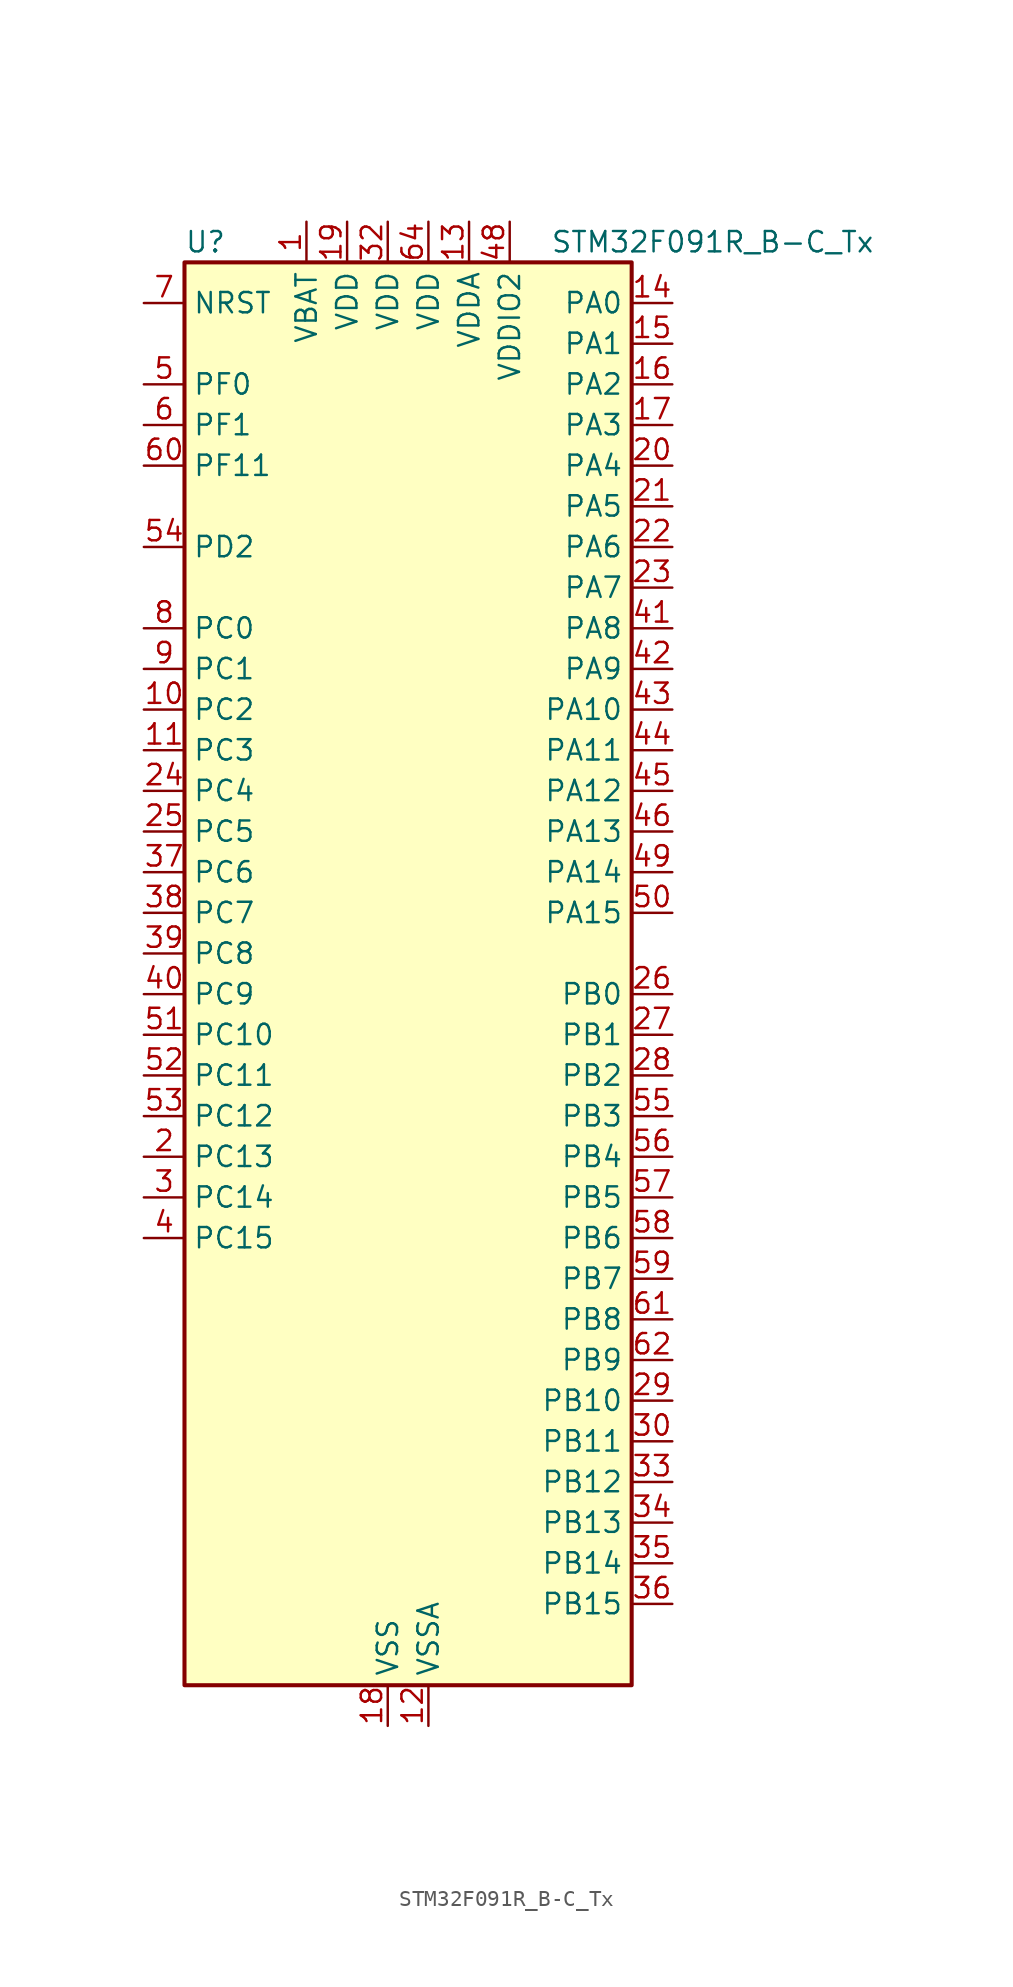
<source format=kicad_sym>
(kicad_symbol_lib
  (version 20231120)
  (generator "kicad_symbol_editor")
  (generator_version "8.0")
  (symbol "STM32F091R_B-C_Tx"
    (property "Reference" "U"
      (at -12.7 46.99 0)
      (effects (font (size 1.27 1.27)) (justify left)))
    (property "Value" "STM32F091R_B-C_Tx"
      (at 10.16 46.99 0)
      (effects (font (size 1.27 1.27)) (justify left)))
    (property "ki_locked" ""
      (at 0 0 0)
      (effects (font (size 1.27 1.27))))
    (symbol "STM32F091R_B-C_Tx_0_1"
      (rectangle (start -12.7 -43.18) (end 15.24 45.72) (stroke (width 0.254) (type default)) (fill (type background))))
    (symbol "STM32F091R_B-C_Tx_1_1"
      (pin power_in line (at -5.08 48.26 270) (length 2.54) (name "VBAT" (effects (font (size 1.27 1.27)))) (number "1" (effects (font (size 1.27 1.27)))))
      (pin bidirectional line (at -15.24 17.78 0) (length 2.54) (name "PC2" (effects (font (size 1.27 1.27)))) (number "10" (effects (font (size 1.27 1.27)))) (alternate "ADC_IN12" bidirectional line) (alternate "I2S2_MCK" bidirectional line) (alternate "SPI2_MISO" bidirectional line) (alternate "USART8_TX" bidirectional line))
      (pin bidirectional line (at -15.24 15.24 0) (length 2.54) (name "PC3" (effects (font (size 1.27 1.27)))) (number "11" (effects (font (size 1.27 1.27)))) (alternate "ADC_IN13" bidirectional line) (alternate "I2S2_SD" bidirectional line) (alternate "SPI2_MOSI" bidirectional line) (alternate "USART8_RX" bidirectional line))
      (pin power_in line (at 2.54 -45.72 90) (length 2.54) (name "VSSA" (effects (font (size 1.27 1.27)))) (number "12" (effects (font (size 1.27 1.27)))))
      (pin power_in line (at 5.08 48.26 270) (length 2.54) (name "VDDA" (effects (font (size 1.27 1.27)))) (number "13" (effects (font (size 1.27 1.27)))))
      (pin bidirectional line (at 17.78 43.18 180) (length 2.54) (name "PA0" (effects (font (size 1.27 1.27)))) (number "14" (effects (font (size 1.27 1.27)))) (alternate "ADC_IN0" bidirectional line) (alternate "COMP1_INM" bidirectional line) (alternate "COMP1_OUT" bidirectional line) (alternate "RTC_TAMP2" bidirectional line) (alternate "SYS_WKUP1" bidirectional line) (alternate "TIM2_CH1" bidirectional line) (alternate "TIM2_ETR" bidirectional line) (alternate "TSC_G1_IO1" bidirectional line) (alternate "USART2_CTS" bidirectional line) (alternate "USART4_TX" bidirectional line))
      (pin bidirectional line (at 17.78 40.64 180) (length 2.54) (name "PA1" (effects (font (size 1.27 1.27)))) (number "15" (effects (font (size 1.27 1.27)))) (alternate "ADC_IN1" bidirectional line) (alternate "COMP1_INP" bidirectional line) (alternate "TIM15_CH1N" bidirectional line) (alternate "TIM2_CH2" bidirectional line) (alternate "TSC_G1_IO2" bidirectional line) (alternate "USART2_DE" bidirectional line) (alternate "USART2_RTS" bidirectional line) (alternate "USART4_RX" bidirectional line))
      (pin bidirectional line (at 17.78 38.1 180) (length 2.54) (name "PA2" (effects (font (size 1.27 1.27)))) (number "16" (effects (font (size 1.27 1.27)))) (alternate "ADC_IN2" bidirectional line) (alternate "COMP2_INM" bidirectional line) (alternate "COMP2_OUT" bidirectional line) (alternate "SYS_WKUP4" bidirectional line) (alternate "TIM15_CH1" bidirectional line) (alternate "TIM2_CH3" bidirectional line) (alternate "TSC_G1_IO3" bidirectional line) (alternate "USART2_TX" bidirectional line))
      (pin bidirectional line (at 17.78 35.56 180) (length 2.54) (name "PA3" (effects (font (size 1.27 1.27)))) (number "17" (effects (font (size 1.27 1.27)))) (alternate "ADC_IN3" bidirectional line) (alternate "COMP2_INP" bidirectional line) (alternate "TIM15_CH2" bidirectional line) (alternate "TIM2_CH4" bidirectional line) (alternate "TSC_G1_IO4" bidirectional line) (alternate "USART2_RX" bidirectional line))
      (pin power_in line (at 0 -45.72 90) (length 2.54) (name "VSS" (effects (font (size 1.27 1.27)))) (number "18" (effects (font (size 1.27 1.27)))))
      (pin power_in line (at -2.54 48.26 270) (length 2.54) (name "VDD" (effects (font (size 1.27 1.27)))) (number "19" (effects (font (size 1.27 1.27)))))
      (pin bidirectional line (at -15.24 -10.16 0) (length 2.54) (name "PC13" (effects (font (size 1.27 1.27)))) (number "2" (effects (font (size 1.27 1.27)))) (alternate "RTC_OUT_ALARM" bidirectional line) (alternate "RTC_OUT_CALIB" bidirectional line) (alternate "RTC_TAMP1" bidirectional line) (alternate "RTC_TS" bidirectional line) (alternate "SYS_WKUP2" bidirectional line))
      (pin bidirectional line (at 17.78 33.02 180) (length 2.54) (name "PA4" (effects (font (size 1.27 1.27)))) (number "20" (effects (font (size 1.27 1.27)))) (alternate "ADC_IN4" bidirectional line) (alternate "COMP1_INM" bidirectional line) (alternate "COMP2_INM" bidirectional line) (alternate "DAC_OUT1" bidirectional line) (alternate "I2S1_WS" bidirectional line) (alternate "SPI1_NSS" bidirectional line) (alternate "TIM14_CH1" bidirectional line) (alternate "TSC_G2_IO1" bidirectional line) (alternate "USART2_CK" bidirectional line) (alternate "USART6_TX" bidirectional line))
      (pin bidirectional line (at 17.78 30.48 180) (length 2.54) (name "PA5" (effects (font (size 1.27 1.27)))) (number "21" (effects (font (size 1.27 1.27)))) (alternate "ADC_IN5" bidirectional line) (alternate "CEC" bidirectional line) (alternate "COMP1_INM" bidirectional line) (alternate "COMP2_INM" bidirectional line) (alternate "DAC_OUT2" bidirectional line) (alternate "I2S1_CK" bidirectional line) (alternate "SPI1_SCK" bidirectional line) (alternate "TIM2_CH1" bidirectional line) (alternate "TIM2_ETR" bidirectional line) (alternate "TSC_G2_IO2" bidirectional line) (alternate "USART6_RX" bidirectional line))
      (pin bidirectional line (at 17.78 27.94 180) (length 2.54) (name "PA6" (effects (font (size 1.27 1.27)))) (number "22" (effects (font (size 1.27 1.27)))) (alternate "ADC_IN6" bidirectional line) (alternate "COMP1_OUT" bidirectional line) (alternate "I2S1_MCK" bidirectional line) (alternate "SPI1_MISO" bidirectional line) (alternate "TIM16_CH1" bidirectional line) (alternate "TIM1_BKIN" bidirectional line) (alternate "TIM3_CH1" bidirectional line) (alternate "TSC_G2_IO3" bidirectional line) (alternate "USART3_CTS" bidirectional line))
      (pin bidirectional line (at 17.78 25.4 180) (length 2.54) (name "PA7" (effects (font (size 1.27 1.27)))) (number "23" (effects (font (size 1.27 1.27)))) (alternate "ADC_IN7" bidirectional line) (alternate "COMP2_OUT" bidirectional line) (alternate "I2S1_SD" bidirectional line) (alternate "SPI1_MOSI" bidirectional line) (alternate "TIM14_CH1" bidirectional line) (alternate "TIM17_CH1" bidirectional line) (alternate "TIM1_CH1N" bidirectional line) (alternate "TIM3_CH2" bidirectional line) (alternate "TSC_G2_IO4" bidirectional line))
      (pin bidirectional line (at -15.24 12.7 0) (length 2.54) (name "PC4" (effects (font (size 1.27 1.27)))) (number "24" (effects (font (size 1.27 1.27)))) (alternate "ADC_IN14" bidirectional line) (alternate "USART3_TX" bidirectional line))
      (pin bidirectional line (at -15.24 10.16 0) (length 2.54) (name "PC5" (effects (font (size 1.27 1.27)))) (number "25" (effects (font (size 1.27 1.27)))) (alternate "ADC_IN15" bidirectional line) (alternate "SYS_WKUP5" bidirectional line) (alternate "TSC_G3_IO1" bidirectional line) (alternate "USART3_RX" bidirectional line))
      (pin bidirectional line (at 17.78 0 180) (length 2.54) (name "PB0" (effects (font (size 1.27 1.27)))) (number "26" (effects (font (size 1.27 1.27)))) (alternate "ADC_IN8" bidirectional line) (alternate "TIM1_CH2N" bidirectional line) (alternate "TIM3_CH3" bidirectional line) (alternate "TSC_G3_IO2" bidirectional line) (alternate "USART3_CK" bidirectional line))
      (pin bidirectional line (at 17.78 -2.54 180) (length 2.54) (name "PB1" (effects (font (size 1.27 1.27)))) (number "27" (effects (font (size 1.27 1.27)))) (alternate "ADC_IN9" bidirectional line) (alternate "TIM14_CH1" bidirectional line) (alternate "TIM1_CH3N" bidirectional line) (alternate "TIM3_CH4" bidirectional line) (alternate "TSC_G3_IO3" bidirectional line) (alternate "USART3_DE" bidirectional line) (alternate "USART3_RTS" bidirectional line))
      (pin bidirectional line (at 17.78 -5.08 180) (length 2.54) (name "PB2" (effects (font (size 1.27 1.27)))) (number "28" (effects (font (size 1.27 1.27)))) (alternate "TSC_G3_IO4" bidirectional line))
      (pin bidirectional line (at 17.78 -25.4 180) (length 2.54) (name "PB10" (effects (font (size 1.27 1.27)))) (number "29" (effects (font (size 1.27 1.27)))) (alternate "CEC" bidirectional line) (alternate "I2C2_SCL" bidirectional line) (alternate "I2S2_CK" bidirectional line) (alternate "SPI2_SCK" bidirectional line) (alternate "TIM2_CH3" bidirectional line) (alternate "TSC_SYNC" bidirectional line) (alternate "USART3_TX" bidirectional line))
      (pin bidirectional line (at -15.24 -12.7 0) (length 2.54) (name "PC14" (effects (font (size 1.27 1.27)))) (number "3" (effects (font (size 1.27 1.27)))) (alternate "RCC_OSC32_IN" bidirectional line))
      (pin bidirectional line (at 17.78 -27.94 180) (length 2.54) (name "PB11" (effects (font (size 1.27 1.27)))) (number "30" (effects (font (size 1.27 1.27)))) (alternate "I2C2_SDA" bidirectional line) (alternate "TIM2_CH4" bidirectional line) (alternate "TSC_G6_IO1" bidirectional line) (alternate "USART3_RX" bidirectional line))
      (pin passive line (at 0 -45.72 90) (length 2.54) hide (name "VSS" (effects (font (size 1.27 1.27)))) (number "31" (effects (font (size 1.27 1.27)))))
      (pin power_in line (at 0 48.26 270) (length 2.54) (name "VDD" (effects (font (size 1.27 1.27)))) (number "32" (effects (font (size 1.27 1.27)))))
      (pin bidirectional line (at 17.78 -30.48 180) (length 2.54) (name "PB12" (effects (font (size 1.27 1.27)))) (number "33" (effects (font (size 1.27 1.27)))) (alternate "I2S2_WS" bidirectional line) (alternate "SPI2_NSS" bidirectional line) (alternate "TIM15_BKIN" bidirectional line) (alternate "TIM1_BKIN" bidirectional line) (alternate "TSC_G6_IO2" bidirectional line) (alternate "USART3_CK" bidirectional line))
      (pin bidirectional line (at 17.78 -33.02 180) (length 2.54) (name "PB13" (effects (font (size 1.27 1.27)))) (number "34" (effects (font (size 1.27 1.27)))) (alternate "I2C2_SCL" bidirectional line) (alternate "I2S2_CK" bidirectional line) (alternate "SPI2_SCK" bidirectional line) (alternate "TIM1_CH1N" bidirectional line) (alternate "TSC_G6_IO3" bidirectional line) (alternate "USART3_CTS" bidirectional line))
      (pin bidirectional line (at 17.78 -35.56 180) (length 2.54) (name "PB14" (effects (font (size 1.27 1.27)))) (number "35" (effects (font (size 1.27 1.27)))) (alternate "I2C2_SDA" bidirectional line) (alternate "I2S2_MCK" bidirectional line) (alternate "SPI2_MISO" bidirectional line) (alternate "TIM15_CH1" bidirectional line) (alternate "TIM1_CH2N" bidirectional line) (alternate "TSC_G6_IO4" bidirectional line) (alternate "USART3_DE" bidirectional line) (alternate "USART3_RTS" bidirectional line))
      (pin bidirectional line (at 17.78 -38.1 180) (length 2.54) (name "PB15" (effects (font (size 1.27 1.27)))) (number "36" (effects (font (size 1.27 1.27)))) (alternate "I2S2_SD" bidirectional line) (alternate "RTC_REFIN" bidirectional line) (alternate "SPI2_MOSI" bidirectional line) (alternate "SYS_WKUP7" bidirectional line) (alternate "TIM15_CH1N" bidirectional line) (alternate "TIM15_CH2" bidirectional line) (alternate "TIM1_CH3N" bidirectional line))
      (pin bidirectional line (at -15.24 7.62 0) (length 2.54) (name "PC6" (effects (font (size 1.27 1.27)))) (number "37" (effects (font (size 1.27 1.27)))) (alternate "TIM3_CH1" bidirectional line) (alternate "USART7_TX" bidirectional line))
      (pin bidirectional line (at -15.24 5.08 0) (length 2.54) (name "PC7" (effects (font (size 1.27 1.27)))) (number "38" (effects (font (size 1.27 1.27)))) (alternate "TIM3_CH2" bidirectional line) (alternate "USART7_RX" bidirectional line))
      (pin bidirectional line (at -15.24 2.54 0) (length 2.54) (name "PC8" (effects (font (size 1.27 1.27)))) (number "39" (effects (font (size 1.27 1.27)))) (alternate "TIM3_CH3" bidirectional line) (alternate "USART8_TX" bidirectional line))
      (pin bidirectional line (at -15.24 -15.24 0) (length 2.54) (name "PC15" (effects (font (size 1.27 1.27)))) (number "4" (effects (font (size 1.27 1.27)))) (alternate "RCC_OSC32_OUT" bidirectional line))
      (pin bidirectional line (at -15.24 0 0) (length 2.54) (name "PC9" (effects (font (size 1.27 1.27)))) (number "40" (effects (font (size 1.27 1.27)))) (alternate "DAC_EXTI9" bidirectional line) (alternate "TIM3_CH4" bidirectional line) (alternate "USART8_RX" bidirectional line))
      (pin bidirectional line (at 17.78 22.86 180) (length 2.54) (name "PA8" (effects (font (size 1.27 1.27)))) (number "41" (effects (font (size 1.27 1.27)))) (alternate "CRS_SYNC" bidirectional line) (alternate "RCC_MCO" bidirectional line) (alternate "TIM1_CH1" bidirectional line) (alternate "USART1_CK" bidirectional line))
      (pin bidirectional line (at 17.78 20.32 180) (length 2.54) (name "PA9" (effects (font (size 1.27 1.27)))) (number "42" (effects (font (size 1.27 1.27)))) (alternate "DAC_EXTI9" bidirectional line) (alternate "I2C1_SCL" bidirectional line) (alternate "RCC_MCO" bidirectional line) (alternate "TIM15_BKIN" bidirectional line) (alternate "TIM1_CH2" bidirectional line) (alternate "TSC_G4_IO1" bidirectional line) (alternate "USART1_TX" bidirectional line))
      (pin bidirectional line (at 17.78 17.78 180) (length 2.54) (name "PA10" (effects (font (size 1.27 1.27)))) (number "43" (effects (font (size 1.27 1.27)))) (alternate "I2C1_SDA" bidirectional line) (alternate "TIM17_BKIN" bidirectional line) (alternate "TIM1_CH3" bidirectional line) (alternate "TSC_G4_IO2" bidirectional line) (alternate "USART1_RX" bidirectional line))
      (pin bidirectional line (at 17.78 15.24 180) (length 2.54) (name "PA11" (effects (font (size 1.27 1.27)))) (number "44" (effects (font (size 1.27 1.27)))) (alternate "CAN_RX" bidirectional line) (alternate "COMP1_OUT" bidirectional line) (alternate "I2C2_SCL" bidirectional line) (alternate "TIM1_CH4" bidirectional line) (alternate "TSC_G4_IO3" bidirectional line) (alternate "USART1_CTS" bidirectional line))
      (pin bidirectional line (at 17.78 12.7 180) (length 2.54) (name "PA12" (effects (font (size 1.27 1.27)))) (number "45" (effects (font (size 1.27 1.27)))) (alternate "CAN_TX" bidirectional line) (alternate "COMP2_OUT" bidirectional line) (alternate "I2C2_SDA" bidirectional line) (alternate "TIM1_ETR" bidirectional line) (alternate "TSC_G4_IO4" bidirectional line) (alternate "USART1_DE" bidirectional line) (alternate "USART1_RTS" bidirectional line))
      (pin bidirectional line (at 17.78 10.16 180) (length 2.54) (name "PA13" (effects (font (size 1.27 1.27)))) (number "46" (effects (font (size 1.27 1.27)))) (alternate "IR_OUT" bidirectional line) (alternate "SYS_SWDIO" bidirectional line))
      (pin passive line (at 0 -45.72 90) (length 2.54) hide (name "VSS" (effects (font (size 1.27 1.27)))) (number "47" (effects (font (size 1.27 1.27)))))
      (pin power_in line (at 7.62 48.26 270) (length 2.54) (name "VDDIO2" (effects (font (size 1.27 1.27)))) (number "48" (effects (font (size 1.27 1.27)))))
      (pin bidirectional line (at 17.78 7.62 180) (length 2.54) (name "PA14" (effects (font (size 1.27 1.27)))) (number "49" (effects (font (size 1.27 1.27)))) (alternate "SYS_SWCLK" bidirectional line) (alternate "USART2_TX" bidirectional line))
      (pin bidirectional line (at -15.24 38.1 0) (length 2.54) (name "PF0" (effects (font (size 1.27 1.27)))) (number "5" (effects (font (size 1.27 1.27)))) (alternate "CRS_SYNC" bidirectional line) (alternate "I2C1_SDA" bidirectional line) (alternate "RCC_OSC_IN" bidirectional line))
      (pin bidirectional line (at 17.78 5.08 180) (length 2.54) (name "PA15" (effects (font (size 1.27 1.27)))) (number "50" (effects (font (size 1.27 1.27)))) (alternate "I2S1_WS" bidirectional line) (alternate "SPI1_NSS" bidirectional line) (alternate "TIM2_CH1" bidirectional line) (alternate "TIM2_ETR" bidirectional line) (alternate "USART2_RX" bidirectional line) (alternate "USART4_DE" bidirectional line) (alternate "USART4_RTS" bidirectional line))
      (pin bidirectional line (at -15.24 -2.54 0) (length 2.54) (name "PC10" (effects (font (size 1.27 1.27)))) (number "51" (effects (font (size 1.27 1.27)))) (alternate "USART3_TX" bidirectional line) (alternate "USART4_TX" bidirectional line))
      (pin bidirectional line (at -15.24 -5.08 0) (length 2.54) (name "PC11" (effects (font (size 1.27 1.27)))) (number "52" (effects (font (size 1.27 1.27)))) (alternate "USART3_RX" bidirectional line) (alternate "USART4_RX" bidirectional line))
      (pin bidirectional line (at -15.24 -7.62 0) (length 2.54) (name "PC12" (effects (font (size 1.27 1.27)))) (number "53" (effects (font (size 1.27 1.27)))) (alternate "USART3_CK" bidirectional line) (alternate "USART4_CK" bidirectional line) (alternate "USART5_TX" bidirectional line))
      (pin bidirectional line (at -15.24 27.94 0) (length 2.54) (name "PD2" (effects (font (size 1.27 1.27)))) (number "54" (effects (font (size 1.27 1.27)))) (alternate "TIM3_ETR" bidirectional line) (alternate "USART3_DE" bidirectional line) (alternate "USART3_RTS" bidirectional line) (alternate "USART5_RX" bidirectional line))
      (pin bidirectional line (at 17.78 -7.62 180) (length 2.54) (name "PB3" (effects (font (size 1.27 1.27)))) (number "55" (effects (font (size 1.27 1.27)))) (alternate "I2S1_CK" bidirectional line) (alternate "SPI1_SCK" bidirectional line) (alternate "TIM2_CH2" bidirectional line) (alternate "TSC_G5_IO1" bidirectional line) (alternate "USART5_TX" bidirectional line))
      (pin bidirectional line (at 17.78 -10.16 180) (length 2.54) (name "PB4" (effects (font (size 1.27 1.27)))) (number "56" (effects (font (size 1.27 1.27)))) (alternate "I2S1_MCK" bidirectional line) (alternate "SPI1_MISO" bidirectional line) (alternate "TIM17_BKIN" bidirectional line) (alternate "TIM3_CH1" bidirectional line) (alternate "TSC_G5_IO2" bidirectional line) (alternate "USART5_RX" bidirectional line))
      (pin bidirectional line (at 17.78 -12.7 180) (length 2.54) (name "PB5" (effects (font (size 1.27 1.27)))) (number "57" (effects (font (size 1.27 1.27)))) (alternate "I2C1_SMBA" bidirectional line) (alternate "I2S1_SD" bidirectional line) (alternate "SPI1_MOSI" bidirectional line) (alternate "SYS_WKUP6" bidirectional line) (alternate "TIM16_BKIN" bidirectional line) (alternate "TIM3_CH2" bidirectional line) (alternate "USART5_CK" bidirectional line) (alternate "USART5_DE" bidirectional line) (alternate "USART5_RTS" bidirectional line))
      (pin bidirectional line (at 17.78 -15.24 180) (length 2.54) (name "PB6" (effects (font (size 1.27 1.27)))) (number "58" (effects (font (size 1.27 1.27)))) (alternate "I2C1_SCL" bidirectional line) (alternate "TIM16_CH1N" bidirectional line) (alternate "TSC_G5_IO3" bidirectional line) (alternate "USART1_TX" bidirectional line))
      (pin bidirectional line (at 17.78 -17.78 180) (length 2.54) (name "PB7" (effects (font (size 1.27 1.27)))) (number "59" (effects (font (size 1.27 1.27)))) (alternate "I2C1_SDA" bidirectional line) (alternate "TIM17_CH1N" bidirectional line) (alternate "TSC_G5_IO4" bidirectional line) (alternate "USART1_RX" bidirectional line) (alternate "USART4_CTS" bidirectional line))
      (pin bidirectional line (at -15.24 35.56 0) (length 2.54) (name "PF1" (effects (font (size 1.27 1.27)))) (number "6" (effects (font (size 1.27 1.27)))) (alternate "I2C1_SCL" bidirectional line) (alternate "RCC_OSC_OUT" bidirectional line))
      (pin bidirectional line (at -15.24 33.02 0) (length 2.54) (name "PF11" (effects (font (size 1.27 1.27)))) (number "60" (effects (font (size 1.27 1.27)))))
      (pin bidirectional line (at 17.78 -20.32 180) (length 2.54) (name "PB8" (effects (font (size 1.27 1.27)))) (number "61" (effects (font (size 1.27 1.27)))) (alternate "CAN_RX" bidirectional line) (alternate "CEC" bidirectional line) (alternate "I2C1_SCL" bidirectional line) (alternate "TIM16_CH1" bidirectional line) (alternate "TSC_SYNC" bidirectional line))
      (pin bidirectional line (at 17.78 -22.86 180) (length 2.54) (name "PB9" (effects (font (size 1.27 1.27)))) (number "62" (effects (font (size 1.27 1.27)))) (alternate "CAN_TX" bidirectional line) (alternate "DAC_EXTI9" bidirectional line) (alternate "I2C1_SDA" bidirectional line) (alternate "I2S2_WS" bidirectional line) (alternate "IR_OUT" bidirectional line) (alternate "SPI2_NSS" bidirectional line) (alternate "TIM17_CH1" bidirectional line))
      (pin passive line (at 0 -45.72 90) (length 2.54) hide (name "VSS" (effects (font (size 1.27 1.27)))) (number "63" (effects (font (size 1.27 1.27)))))
      (pin power_in line (at 2.54 48.26 270) (length 2.54) (name "VDD" (effects (font (size 1.27 1.27)))) (number "64" (effects (font (size 1.27 1.27)))))
      (pin input line (at -15.24 43.18 0) (length 2.54) (name "NRST" (effects (font (size 1.27 1.27)))) (number "7" (effects (font (size 1.27 1.27)))))
      (pin bidirectional line (at -15.24 22.86 0) (length 2.54) (name "PC0" (effects (font (size 1.27 1.27)))) (number "8" (effects (font (size 1.27 1.27)))) (alternate "ADC_IN10" bidirectional line) (alternate "USART6_TX" bidirectional line) (alternate "USART7_TX" bidirectional line))
      (pin bidirectional line (at -15.24 20.32 0) (length 2.54) (name "PC1" (effects (font (size 1.27 1.27)))) (number "9" (effects (font (size 1.27 1.27)))) (alternate "ADC_IN11" bidirectional line) (alternate "USART6_RX" bidirectional line) (alternate "USART7_RX" bidirectional line)))))
</source>
